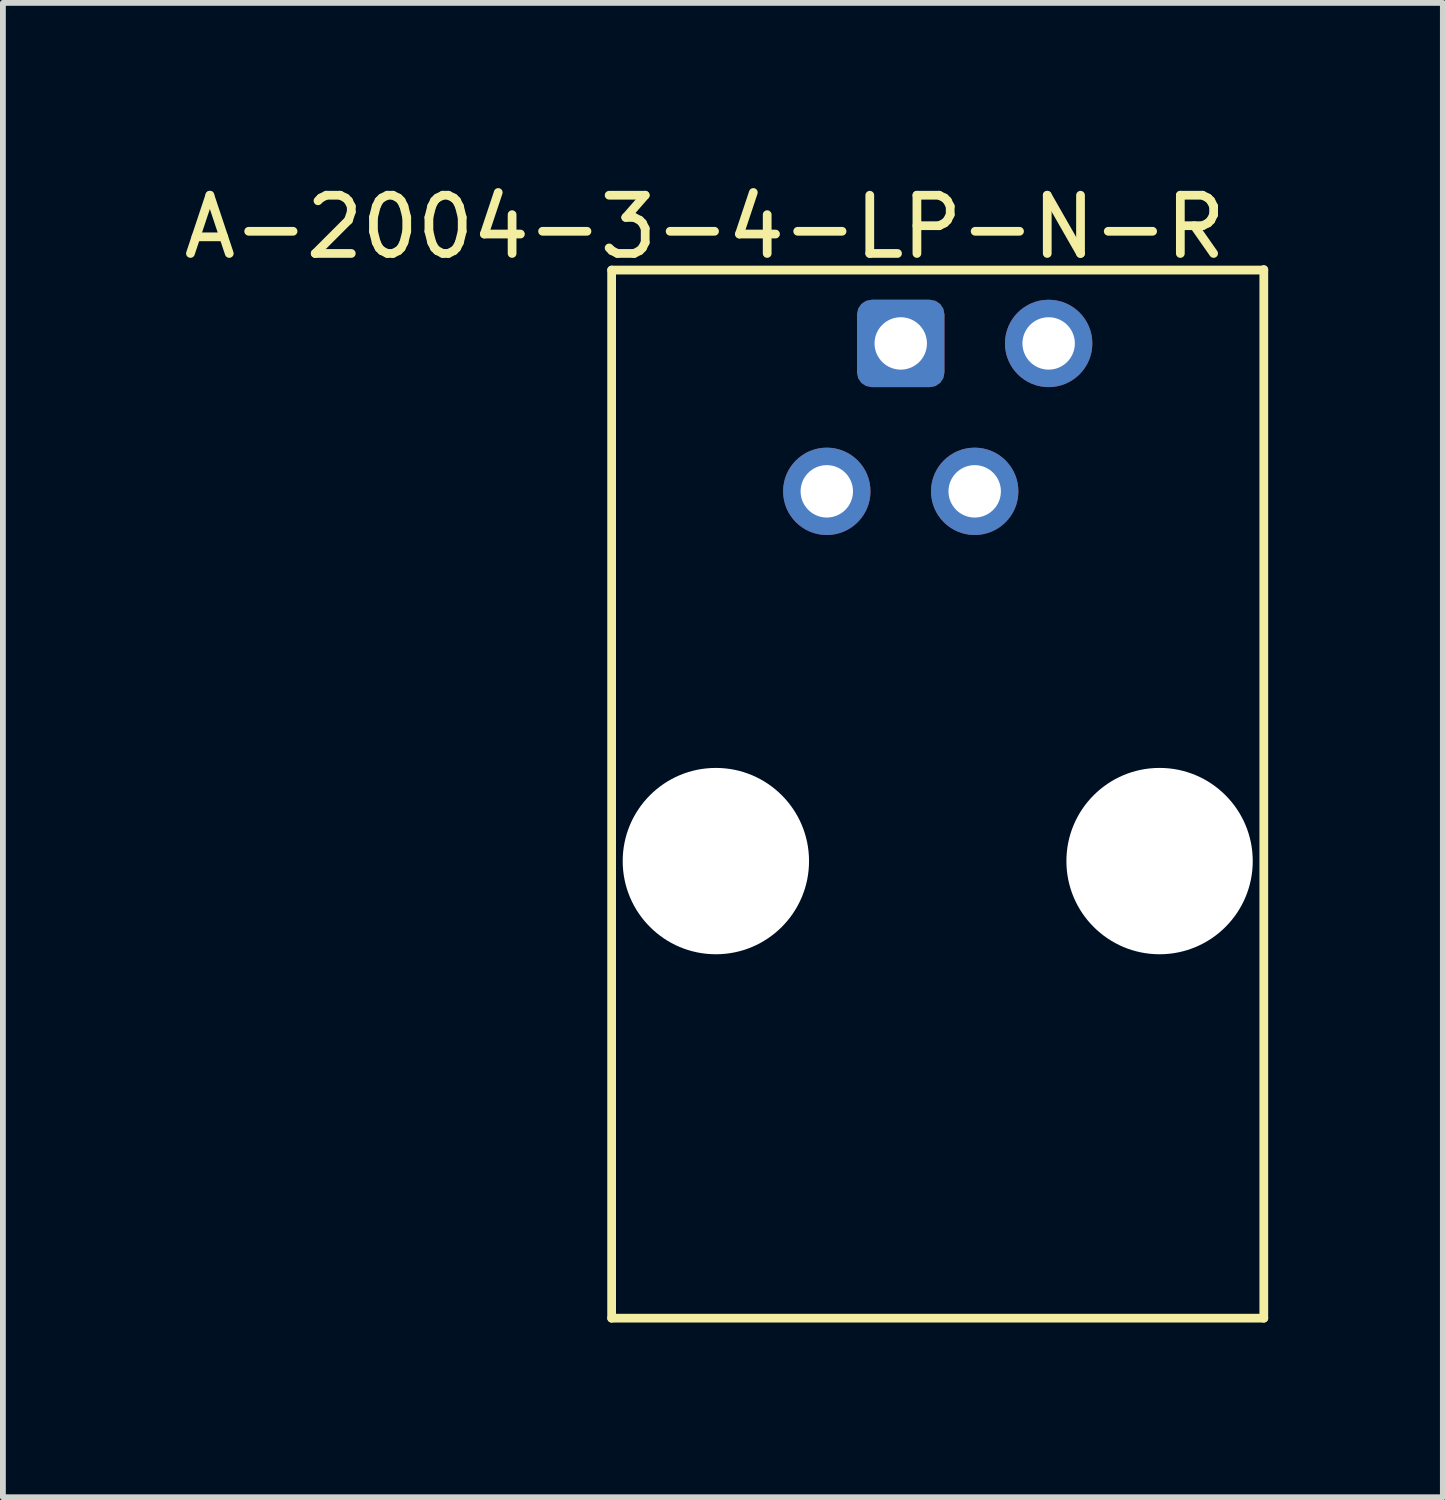
<source format=kicad_pcb>
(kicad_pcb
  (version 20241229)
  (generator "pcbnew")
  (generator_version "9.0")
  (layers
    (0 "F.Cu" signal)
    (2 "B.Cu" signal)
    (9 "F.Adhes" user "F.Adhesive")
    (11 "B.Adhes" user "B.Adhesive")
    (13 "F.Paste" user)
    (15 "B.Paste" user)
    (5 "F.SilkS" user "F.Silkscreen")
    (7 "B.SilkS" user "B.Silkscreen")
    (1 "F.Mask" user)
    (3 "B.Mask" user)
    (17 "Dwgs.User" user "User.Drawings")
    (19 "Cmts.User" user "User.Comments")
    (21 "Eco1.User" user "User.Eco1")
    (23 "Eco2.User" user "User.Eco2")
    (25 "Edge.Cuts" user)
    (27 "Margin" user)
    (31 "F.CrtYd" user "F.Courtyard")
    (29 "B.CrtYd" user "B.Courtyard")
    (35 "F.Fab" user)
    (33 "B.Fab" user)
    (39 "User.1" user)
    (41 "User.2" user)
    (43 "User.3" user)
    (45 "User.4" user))
  (footprint "A-2004-3-4-LP-N-R"
    (layer "F.Cu")
    (at 13.054 2.848)
    (property "Reference" "A-2004-3-4-LP-N-R" (at -4 -2 0) (layer "F.SilkS") (effects (font (size 1 1) (thickness 0.15))))
    (attr through_hole)
    (fp_line (start -5.6 -1.26) (end 5.6 -1.26) (stroke (width 0.15) (type solid)) (layer "F.SilkS"))
    (fp_line (start -5.6 16.74) (end -5.6 -1.26) (stroke (width 0.15) (type solid)) (layer "F.SilkS"))
    (fp_line (start -5.6 16.74) (end 5.6 16.74) (stroke (width 0.15) (type solid)) (layer "F.SilkS"))
    (fp_line (start 5.6 -1.27) (end 5.6 16.74) (stroke (width 0.15) (type solid)) (layer "F.SilkS"))
    (pad "" np_thru_hole circle (at -3.81 8.89) (size 3.2 3.2) (drill 3.2) (layers "*.Cu" "*.Mask"))
    (pad "" np_thru_hole circle (at 3.81 8.89) (size 3.2 3.2) (drill 3.2) (layers "*.Cu" "*.Mask"))
    (pad "1" thru_hole roundrect (at -0.635 0) (size 1.5 1.5) (drill 0.9) (layers "*.Cu" "*.Mask") (roundrect_rratio 0.167))
    (pad "2" thru_hole circle (at -1.905 2.54) (size 1.5 1.5) (drill 0.9) (layers "*.Cu" "*.Mask"))
    (pad "3" thru_hole circle (at 1.905 0) (size 1.5 1.5) (drill 0.9) (layers "*.Cu" "*.Mask"))
    (pad "4" thru_hole circle (at 0.635 2.54) (size 1.5 1.5) (drill 0.9) (layers "*.Cu" "*.Mask")))
  (gr_rect
    (start -3 -3)
    (end 21.729 22.663)
    (stroke (width 0.1) (type default))
    (fill no)
    (layer "Edge.Cuts")))
</source>
